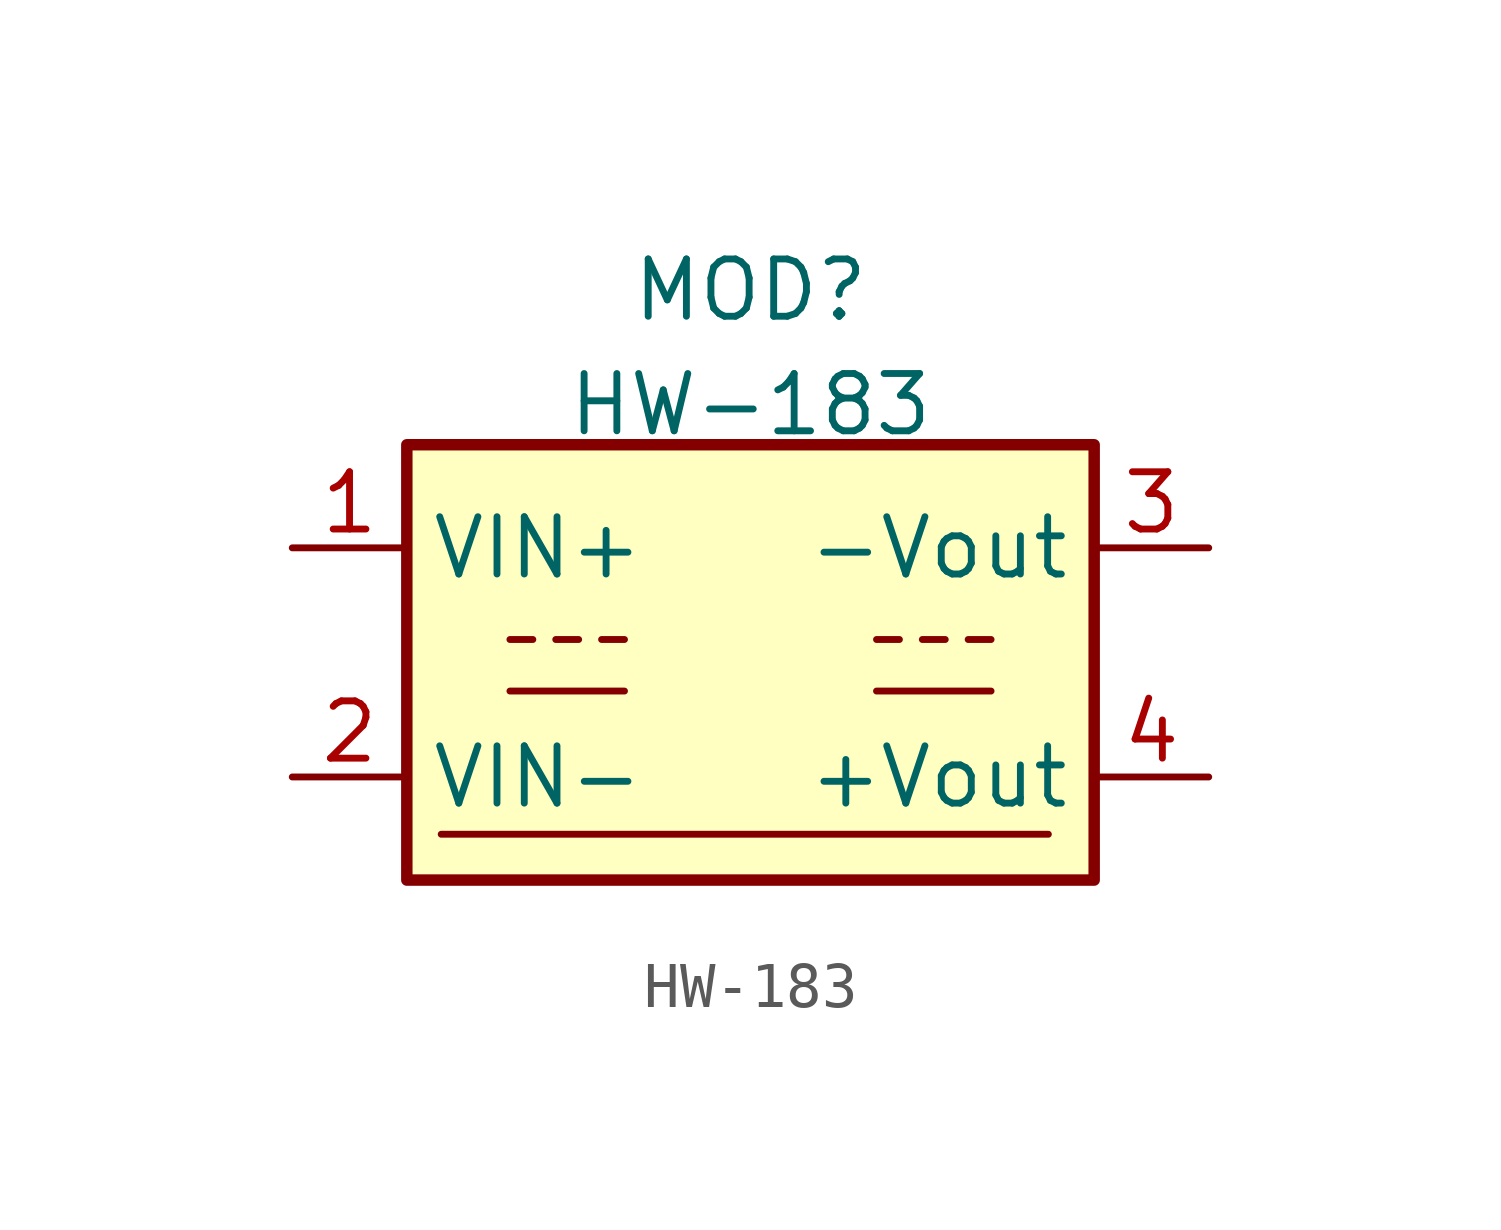
<source format=kicad_sym>
(kicad_symbol_lib
  (version 20220914)
  (generator kicad_symbol_editor)
  (symbol "HW-183"
    (property "Reference" "MOD"
      (at 0 8.255 0)
      (effects (font (size 1.27 1.27))))
    (property "Value" "HW-183"
      (at 0 5.715 0)
      (effects (font (size 1.27 1.27))))
    (symbol "HW-183_0_1"
      (rectangle (start -7.62 4.826) (end 7.62 -4.826) (stroke (width 0.254) (type default)) (fill (type background)))
      (polyline (pts (xy -6.858 -3.81) (xy 6.604 -3.81)) (stroke (width 0) (type default)) (fill (type none)))
      (polyline (pts (xy -5.334 -0.635) (xy -2.794 -0.635)) (stroke (width 0) (type default)) (fill (type none)))
      (polyline (pts (xy -5.334 0.508) (xy -4.826 0.508)) (stroke (width 0) (type default)) (fill (type none)))
      (polyline (pts (xy -4.318 0.508) (xy -3.81 0.508)) (stroke (width 0) (type default)) (fill (type none)))
      (polyline (pts (xy -3.302 0.508) (xy -2.794 0.508)) (stroke (width 0) (type default)) (fill (type none)))
      (polyline (pts (xy 2.794 -0.635) (xy 5.334 -0.635)) (stroke (width 0) (type default)) (fill (type none)))
      (polyline (pts (xy 2.794 0.508) (xy 3.302 0.508)) (stroke (width 0) (type default)) (fill (type none)))
      (polyline (pts (xy 3.81 0.508) (xy 4.318 0.508)) (stroke (width 0) (type default)) (fill (type none)))
      (polyline (pts (xy 4.826 0.508) (xy 5.334 0.508)) (stroke (width 0) (type default)) (fill (type none))))
    (symbol "HW-183_1_1"
      (pin power_in line (at -10.16 2.54 0) (length 2.54) (name "VIN+" (effects (font (size 1.27 1.27)))) (number "1" (effects (font (size 1.27 1.27)))))
      (pin power_in line (at -10.16 -2.54 0) (length 2.54) (name "VIN-" (effects (font (size 1.27 1.27)))) (number "2" (effects (font (size 1.27 1.27)))))
      (pin power_out line (at 10.16 2.54 180) (length 2.54) (name "-Vout" (effects (font (size 1.27 1.27)))) (number "3" (effects (font (size 1.27 1.27)))))
      (pin power_out line (at 10.16 -2.54 180) (length 2.54) (name "+Vout" (effects (font (size 1.27 1.27)))) (number "4" (effects (font (size 1.27 1.27))))))))
</source>
